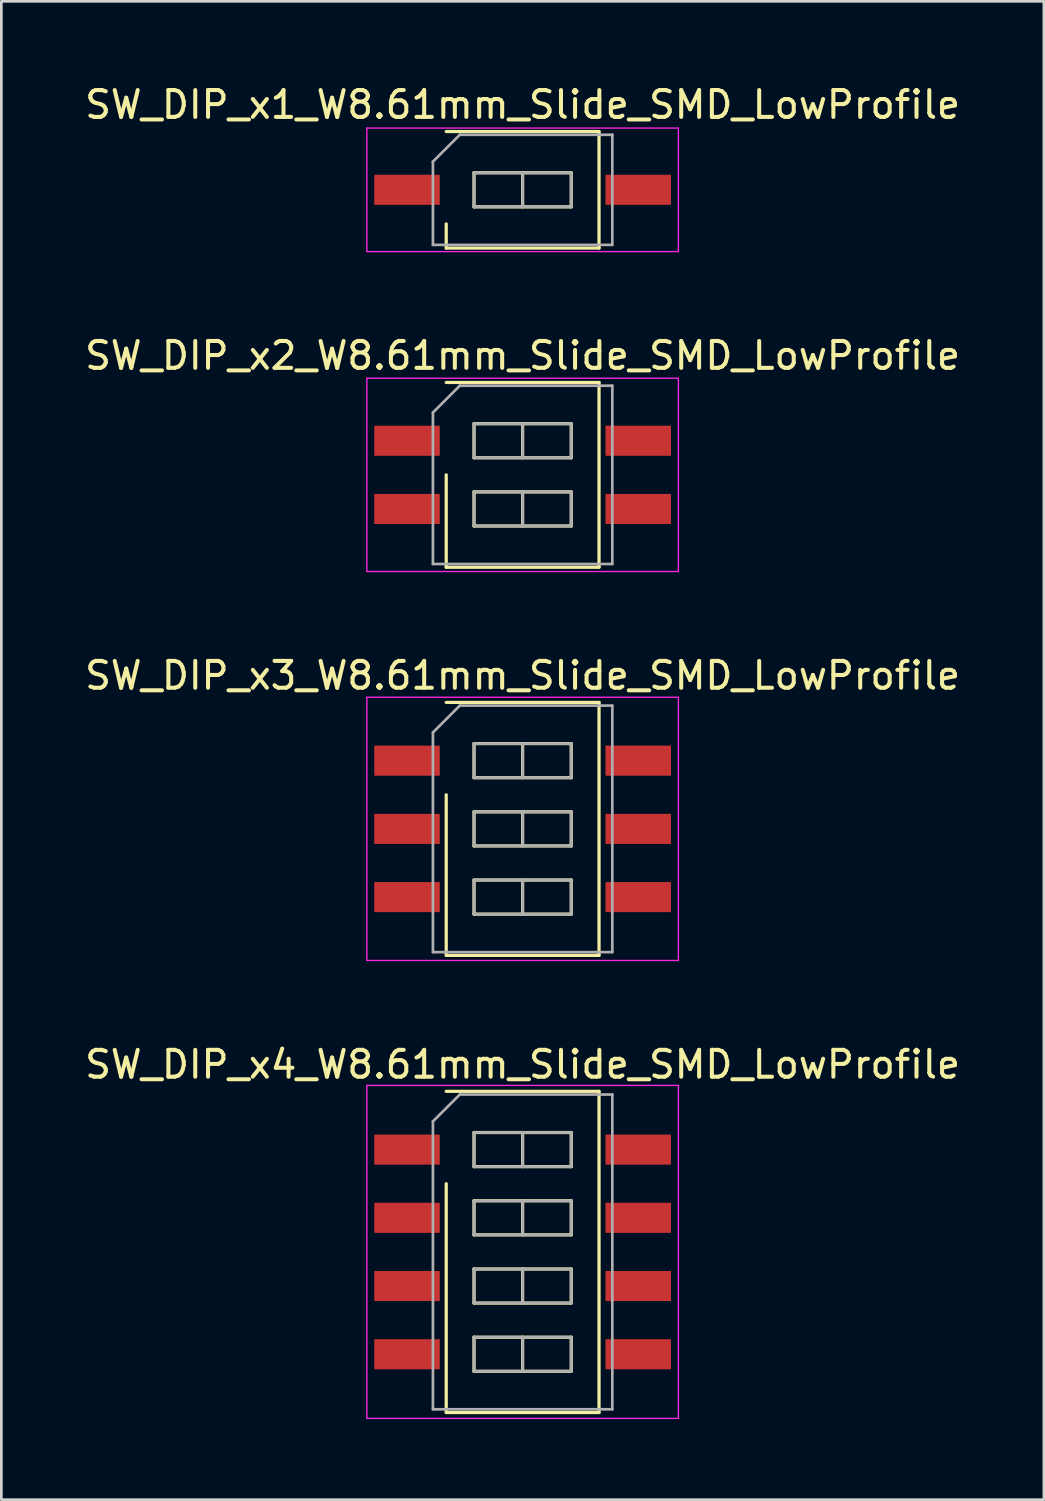
<source format=kicad_pcb>
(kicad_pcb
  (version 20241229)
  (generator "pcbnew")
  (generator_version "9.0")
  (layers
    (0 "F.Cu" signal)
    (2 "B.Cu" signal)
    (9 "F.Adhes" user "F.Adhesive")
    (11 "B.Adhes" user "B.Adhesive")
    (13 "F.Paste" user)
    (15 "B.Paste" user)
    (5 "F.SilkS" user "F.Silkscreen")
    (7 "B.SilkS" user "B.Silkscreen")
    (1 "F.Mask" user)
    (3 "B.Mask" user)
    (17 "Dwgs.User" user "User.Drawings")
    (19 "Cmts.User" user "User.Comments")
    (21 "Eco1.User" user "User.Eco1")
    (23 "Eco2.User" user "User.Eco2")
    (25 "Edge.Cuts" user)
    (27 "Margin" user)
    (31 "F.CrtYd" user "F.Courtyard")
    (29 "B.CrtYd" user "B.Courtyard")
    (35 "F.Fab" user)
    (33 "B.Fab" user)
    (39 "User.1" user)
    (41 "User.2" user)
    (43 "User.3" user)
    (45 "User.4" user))
  (footprint "SW_DIP_x4_W8.61mm_Slide_SMD_LowProfile"
    (layer "F.Cu")
    (at 16.411 43.568)
    (property "Reference" "SW_DIP_x4_W8.61mm_Slide_SMD_LowProfile" (at 0 -6.98 0) (layer "F.SilkS") (effects (font (size 1 1) (thickness 0.15))))
    (attr smd)
    (fp_line (start -2.845 -5.98) (end 2.845 -5.98) (stroke (width 0.12) (type solid)) (layer "F.SilkS"))
    (fp_line (start -2.845 5.98) (end -2.845 -2.54) (stroke (width 0.12) (type solid)) (layer "F.SilkS"))
    (fp_line (start -1.81 -4.445) (end -1.81 -3.175) (stroke (width 0.12) (type solid)) (layer "F.SilkS"))
    (fp_line (start -1.81 -3.175) (end 1.81 -3.175) (stroke (width 0.12) (type solid)) (layer "F.SilkS"))
    (fp_line (start -1.81 -1.905) (end -1.81 -0.635) (stroke (width 0.12) (type solid)) (layer "F.SilkS"))
    (fp_line (start -1.81 -0.635) (end 1.81 -0.635) (stroke (width 0.12) (type solid)) (layer "F.SilkS"))
    (fp_line (start -1.81 0.635) (end -1.81 1.905) (stroke (width 0.12) (type solid)) (layer "F.SilkS"))
    (fp_line (start -1.81 1.905) (end 1.81 1.905) (stroke (width 0.12) (type solid)) (layer "F.SilkS"))
    (fp_line (start -1.81 3.175) (end -1.81 4.445) (stroke (width 0.12) (type solid)) (layer "F.SilkS"))
    (fp_line (start -1.81 4.445) (end 1.81 4.445) (stroke (width 0.12) (type solid)) (layer "F.SilkS"))
    (fp_line (start 0 -4.445) (end 0 -3.175) (stroke (width 0.12) (type solid)) (layer "F.SilkS"))
    (fp_line (start 0 -1.905) (end 0 -0.635) (stroke (width 0.12) (type solid)) (layer "F.SilkS"))
    (fp_line (start 0 0.635) (end 0 1.905) (stroke (width 0.12) (type solid)) (layer "F.SilkS"))
    (fp_line (start 0 3.175) (end 0 4.445) (stroke (width 0.12) (type solid)) (layer "F.SilkS"))
    (fp_line (start 1.81 -4.445) (end -1.81 -4.445) (stroke (width 0.12) (type solid)) (layer "F.SilkS"))
    (fp_line (start 1.81 -3.175) (end 1.81 -4.445) (stroke (width 0.12) (type solid)) (layer "F.SilkS"))
    (fp_line (start 1.81 -1.905) (end -1.81 -1.905) (stroke (width 0.12) (type solid)) (layer "F.SilkS"))
    (fp_line (start 1.81 -0.635) (end 1.81 -1.905) (stroke (width 0.12) (type solid)) (layer "F.SilkS"))
    (fp_line (start 1.81 0.635) (end -1.81 0.635) (stroke (width 0.12) (type solid)) (layer "F.SilkS"))
    (fp_line (start 1.81 1.905) (end 1.81 0.635) (stroke (width 0.12) (type solid)) (layer "F.SilkS"))
    (fp_line (start 1.81 3.175) (end -1.81 3.175) (stroke (width 0.12) (type solid)) (layer "F.SilkS"))
    (fp_line (start 1.81 4.445) (end 1.81 3.175) (stroke (width 0.12) (type solid)) (layer "F.SilkS"))
    (fp_line (start 2.845 -5.98) (end 2.845 5.98) (stroke (width 0.12) (type solid)) (layer "F.SilkS"))
    (fp_line (start 2.845 5.98) (end -2.845 5.98) (stroke (width 0.12) (type solid)) (layer "F.SilkS"))
    (fp_line (start -5.8 -6.2) (end -5.8 6.2) (stroke (width 0.05) (type solid)) (layer "F.CrtYd"))
    (fp_line (start -5.8 6.2) (end 5.8 6.2) (stroke (width 0.05) (type solid)) (layer "F.CrtYd"))
    (fp_line (start 5.8 -6.2) (end -5.8 -6.2) (stroke (width 0.05) (type solid)) (layer "F.CrtYd"))
    (fp_line (start 5.8 6.2) (end 5.8 -6.2) (stroke (width 0.05) (type solid)) (layer "F.CrtYd"))
    (fp_line (start -3.34 -4.86) (end -2.34 -5.86) (stroke (width 0.1) (type solid)) (layer "F.Fab"))
    (fp_line (start -3.34 5.86) (end -3.34 -4.86) (stroke (width 0.1) (type solid)) (layer "F.Fab"))
    (fp_line (start -2.34 -5.86) (end 3.34 -5.86) (stroke (width 0.1) (type solid)) (layer "F.Fab"))
    (fp_line (start -1.81 -4.445) (end -1.81 -3.175) (stroke (width 0.1) (type solid)) (layer "F.Fab"))
    (fp_line (start -1.81 -3.175) (end 1.81 -3.175) (stroke (width 0.1) (type solid)) (layer "F.Fab"))
    (fp_line (start -1.81 -1.905) (end -1.81 -0.635) (stroke (width 0.1) (type solid)) (layer "F.Fab"))
    (fp_line (start -1.81 -0.635) (end 1.81 -0.635) (stroke (width 0.1) (type solid)) (layer "F.Fab"))
    (fp_line (start -1.81 0.635) (end -1.81 1.905) (stroke (width 0.1) (type solid)) (layer "F.Fab"))
    (fp_line (start -1.81 1.905) (end 1.81 1.905) (stroke (width 0.1) (type solid)) (layer "F.Fab"))
    (fp_line (start -1.81 3.175) (end -1.81 4.445) (stroke (width 0.1) (type solid)) (layer "F.Fab"))
    (fp_line (start -1.81 4.445) (end 1.81 4.445) (stroke (width 0.1) (type solid)) (layer "F.Fab"))
    (fp_line (start 0 -4.445) (end 0 -3.175) (stroke (width 0.1) (type solid)) (layer "F.Fab"))
    (fp_line (start 0 -1.905) (end 0 -0.635) (stroke (width 0.1) (type solid)) (layer "F.Fab"))
    (fp_line (start 0 0.635) (end 0 1.905) (stroke (width 0.1) (type solid)) (layer "F.Fab"))
    (fp_line (start 0 3.175) (end 0 4.445) (stroke (width 0.1) (type solid)) (layer "F.Fab"))
    (fp_line (start 1.81 -4.445) (end -1.81 -4.445) (stroke (width 0.1) (type solid)) (layer "F.Fab"))
    (fp_line (start 1.81 -3.175) (end 1.81 -4.445) (stroke (width 0.1) (type solid)) (layer "F.Fab"))
    (fp_line (start 1.81 -1.905) (end -1.81 -1.905) (stroke (width 0.1) (type solid)) (layer "F.Fab"))
    (fp_line (start 1.81 -0.635) (end 1.81 -1.905) (stroke (width 0.1) (type solid)) (layer "F.Fab"))
    (fp_line (start 1.81 0.635) (end -1.81 0.635) (stroke (width 0.1) (type solid)) (layer "F.Fab"))
    (fp_line (start 1.81 1.905) (end 1.81 0.635) (stroke (width 0.1) (type solid)) (layer "F.Fab"))
    (fp_line (start 1.81 3.175) (end -1.81 3.175) (stroke (width 0.1) (type solid)) (layer "F.Fab"))
    (fp_line (start 1.81 4.445) (end 1.81 3.175) (stroke (width 0.1) (type solid)) (layer "F.Fab"))
    (fp_line (start 3.34 -5.86) (end 3.34 5.86) (stroke (width 0.1) (type solid)) (layer "F.Fab"))
    (fp_line (start 3.34 5.86) (end -3.34 5.86) (stroke (width 0.1) (type solid)) (layer "F.Fab"))
    (pad "1" smd rect (at -4.305 -3.81) (size 2.44 1.12) (layers "F.Cu" "F.Mask"))
    (pad "2" smd rect (at -4.305 -1.27) (size 2.44 1.12) (layers "F.Cu" "F.Mask"))
    (pad "3" smd rect (at -4.305 1.27) (size 2.44 1.12) (layers "F.Cu" "F.Mask"))
    (pad "4" smd rect (at -4.305 3.81) (size 2.44 1.12) (layers "F.Cu" "F.Mask"))
    (pad "5" smd rect (at 4.305 3.81) (size 2.44 1.12) (layers "F.Cu" "F.Mask"))
    (pad "6" smd rect (at 4.305 1.27) (size 2.44 1.12) (layers "F.Cu" "F.Mask"))
    (pad "7" smd rect (at 4.305 -1.27) (size 2.44 1.12) (layers "F.Cu" "F.Mask"))
    (pad "8" smd rect (at 4.305 -3.81) (size 2.44 1.12) (layers "F.Cu" "F.Mask")))
  (footprint "SW_DIP_x3_W8.61mm_Slide_SMD_LowProfile"
    (layer "F.Cu")
    (at 16.411 27.815)
    (property "Reference" "SW_DIP_x3_W8.61mm_Slide_SMD_LowProfile" (at 0 -5.71 0) (layer "F.SilkS") (effects (font (size 1 1) (thickness 0.15))))
    (attr smd)
    (fp_line (start -2.845 -4.71) (end 2.845 -4.71) (stroke (width 0.12) (type solid)) (layer "F.SilkS"))
    (fp_line (start -2.845 4.71) (end -2.845 -1.27) (stroke (width 0.12) (type solid)) (layer "F.SilkS"))
    (fp_line (start -1.81 -3.175) (end -1.81 -1.905) (stroke (width 0.12) (type solid)) (layer "F.SilkS"))
    (fp_line (start -1.81 -1.905) (end 1.81 -1.905) (stroke (width 0.12) (type solid)) (layer "F.SilkS"))
    (fp_line (start -1.81 -0.635) (end -1.81 0.635) (stroke (width 0.12) (type solid)) (layer "F.SilkS"))
    (fp_line (start -1.81 0.635) (end 1.81 0.635) (stroke (width 0.12) (type solid)) (layer "F.SilkS"))
    (fp_line (start -1.81 1.905) (end -1.81 3.175) (stroke (width 0.12) (type solid)) (layer "F.SilkS"))
    (fp_line (start -1.81 3.175) (end 1.81 3.175) (stroke (width 0.12) (type solid)) (layer "F.SilkS"))
    (fp_line (start 0 -3.175) (end 0 -1.905) (stroke (width 0.12) (type solid)) (layer "F.SilkS"))
    (fp_line (start 0 -0.635) (end 0 0.635) (stroke (width 0.12) (type solid)) (layer "F.SilkS"))
    (fp_line (start 0 1.905) (end 0 3.175) (stroke (width 0.12) (type solid)) (layer "F.SilkS"))
    (fp_line (start 1.81 -3.175) (end -1.81 -3.175) (stroke (width 0.12) (type solid)) (layer "F.SilkS"))
    (fp_line (start 1.81 -1.905) (end 1.81 -3.175) (stroke (width 0.12) (type solid)) (layer "F.SilkS"))
    (fp_line (start 1.81 -0.635) (end -1.81 -0.635) (stroke (width 0.12) (type solid)) (layer "F.SilkS"))
    (fp_line (start 1.81 0.635) (end 1.81 -0.635) (stroke (width 0.12) (type solid)) (layer "F.SilkS"))
    (fp_line (start 1.81 1.905) (end -1.81 1.905) (stroke (width 0.12) (type solid)) (layer "F.SilkS"))
    (fp_line (start 1.81 3.175) (end 1.81 1.905) (stroke (width 0.12) (type solid)) (layer "F.SilkS"))
    (fp_line (start 2.845 -4.71) (end 2.845 4.71) (stroke (width 0.12) (type solid)) (layer "F.SilkS"))
    (fp_line (start 2.845 4.71) (end -2.845 4.71) (stroke (width 0.12) (type solid)) (layer "F.SilkS"))
    (fp_line (start -5.8 -4.9) (end -5.8 4.9) (stroke (width 0.05) (type solid)) (layer "F.CrtYd"))
    (fp_line (start -5.8 4.9) (end 5.8 4.9) (stroke (width 0.05) (type solid)) (layer "F.CrtYd"))
    (fp_line (start 5.8 -4.9) (end -5.8 -4.9) (stroke (width 0.05) (type solid)) (layer "F.CrtYd"))
    (fp_line (start 5.8 4.9) (end 5.8 -4.9) (stroke (width 0.05) (type solid)) (layer "F.CrtYd"))
    (fp_line (start -3.34 -3.59) (end -2.34 -4.59) (stroke (width 0.1) (type solid)) (layer "F.Fab"))
    (fp_line (start -3.34 4.59) (end -3.34 -3.59) (stroke (width 0.1) (type solid)) (layer "F.Fab"))
    (fp_line (start -2.34 -4.59) (end 3.34 -4.59) (stroke (width 0.1) (type solid)) (layer "F.Fab"))
    (fp_line (start -1.81 -3.175) (end -1.81 -1.905) (stroke (width 0.1) (type solid)) (layer "F.Fab"))
    (fp_line (start -1.81 -1.905) (end 1.81 -1.905) (stroke (width 0.1) (type solid)) (layer "F.Fab"))
    (fp_line (start -1.81 -0.635) (end -1.81 0.635) (stroke (width 0.1) (type solid)) (layer "F.Fab"))
    (fp_line (start -1.81 0.635) (end 1.81 0.635) (stroke (width 0.1) (type solid)) (layer "F.Fab"))
    (fp_line (start -1.81 1.905) (end -1.81 3.175) (stroke (width 0.1) (type solid)) (layer "F.Fab"))
    (fp_line (start -1.81 3.175) (end 1.81 3.175) (stroke (width 0.1) (type solid)) (layer "F.Fab"))
    (fp_line (start 0 -3.175) (end 0 -1.905) (stroke (width 0.1) (type solid)) (layer "F.Fab"))
    (fp_line (start 0 -0.635) (end 0 0.635) (stroke (width 0.1) (type solid)) (layer "F.Fab"))
    (fp_line (start 0 1.905) (end 0 3.175) (stroke (width 0.1) (type solid)) (layer "F.Fab"))
    (fp_line (start 1.81 -3.175) (end -1.81 -3.175) (stroke (width 0.1) (type solid)) (layer "F.Fab"))
    (fp_line (start 1.81 -1.905) (end 1.81 -3.175) (stroke (width 0.1) (type solid)) (layer "F.Fab"))
    (fp_line (start 1.81 -0.635) (end -1.81 -0.635) (stroke (width 0.1) (type solid)) (layer "F.Fab"))
    (fp_line (start 1.81 0.635) (end 1.81 -0.635) (stroke (width 0.1) (type solid)) (layer "F.Fab"))
    (fp_line (start 1.81 1.905) (end -1.81 1.905) (stroke (width 0.1) (type solid)) (layer "F.Fab"))
    (fp_line (start 1.81 3.175) (end 1.81 1.905) (stroke (width 0.1) (type solid)) (layer "F.Fab"))
    (fp_line (start 3.34 -4.59) (end 3.34 4.59) (stroke (width 0.1) (type solid)) (layer "F.Fab"))
    (fp_line (start 3.34 4.59) (end -3.34 4.59) (stroke (width 0.1) (type solid)) (layer "F.Fab"))
    (pad "1" smd rect (at -4.305 -2.54) (size 2.44 1.12) (layers "F.Cu" "F.Mask"))
    (pad "2" smd rect (at -4.305 0) (size 2.44 1.12) (layers "F.Cu" "F.Mask"))
    (pad "3" smd rect (at -4.305 2.54) (size 2.44 1.12) (layers "F.Cu" "F.Mask"))
    (pad "4" smd rect (at 4.305 2.54) (size 2.44 1.12) (layers "F.Cu" "F.Mask"))
    (pad "5" smd rect (at 4.305 0) (size 2.44 1.12) (layers "F.Cu" "F.Mask"))
    (pad "6" smd rect (at 4.305 -2.54) (size 2.44 1.12) (layers "F.Cu" "F.Mask")))
  (footprint "SW_DIP_x1_W8.61mm_Slide_SMD_LowProfile"
    (layer "F.Cu")
    (at 16.411 4.018)
    (property "Reference" "SW_DIP_x1_W8.61mm_Slide_SMD_LowProfile" (at 0 -3.17 0) (layer "F.SilkS") (effects (font (size 1 1) (thickness 0.15))))
    (attr smd)
    (fp_line (start -2.845 -2.17) (end 2.845 -2.17) (stroke (width 0.12) (type solid)) (layer "F.SilkS"))
    (fp_line (start -2.845 2.17) (end -2.845 1.27) (stroke (width 0.12) (type solid)) (layer "F.SilkS"))
    (fp_line (start -1.81 -0.635) (end -1.81 0.635) (stroke (width 0.12) (type solid)) (layer "F.SilkS"))
    (fp_line (start -1.81 0.635) (end 1.81 0.635) (stroke (width 0.12) (type solid)) (layer "F.SilkS"))
    (fp_line (start 0 -0.635) (end 0 0.635) (stroke (width 0.12) (type solid)) (layer "F.SilkS"))
    (fp_line (start 1.81 -0.635) (end -1.81 -0.635) (stroke (width 0.12) (type solid)) (layer "F.SilkS"))
    (fp_line (start 1.81 0.635) (end 1.81 -0.635) (stroke (width 0.12) (type solid)) (layer "F.SilkS"))
    (fp_line (start 2.845 -2.17) (end 2.845 2.17) (stroke (width 0.12) (type solid)) (layer "F.SilkS"))
    (fp_line (start 2.845 2.17) (end -2.845 2.17) (stroke (width 0.12) (type solid)) (layer "F.SilkS"))
    (fp_line (start -5.8 -2.3) (end -5.8 2.3) (stroke (width 0.05) (type solid)) (layer "F.CrtYd"))
    (fp_line (start -5.8 2.3) (end 5.8 2.3) (stroke (width 0.05) (type solid)) (layer "F.CrtYd"))
    (fp_line (start 5.8 -2.3) (end -5.8 -2.3) (stroke (width 0.05) (type solid)) (layer "F.CrtYd"))
    (fp_line (start 5.8 2.3) (end 5.8 -2.3) (stroke (width 0.05) (type solid)) (layer "F.CrtYd"))
    (fp_line (start -3.34 -1.05) (end -2.34 -2.05) (stroke (width 0.1) (type solid)) (layer "F.Fab"))
    (fp_line (start -3.34 2.05) (end -3.34 -1.05) (stroke (width 0.1) (type solid)) (layer "F.Fab"))
    (fp_line (start -2.34 -2.05) (end 3.34 -2.05) (stroke (width 0.1) (type solid)) (layer "F.Fab"))
    (fp_line (start -1.81 -0.635) (end -1.81 0.635) (stroke (width 0.1) (type solid)) (layer "F.Fab"))
    (fp_line (start -1.81 0.635) (end 1.81 0.635) (stroke (width 0.1) (type solid)) (layer "F.Fab"))
    (fp_line (start 0 -0.635) (end 0 0.635) (stroke (width 0.1) (type solid)) (layer "F.Fab"))
    (fp_line (start 1.81 -0.635) (end -1.81 -0.635) (stroke (width 0.1) (type solid)) (layer "F.Fab"))
    (fp_line (start 1.81 0.635) (end 1.81 -0.635) (stroke (width 0.1) (type solid)) (layer "F.Fab"))
    (fp_line (start 3.34 -2.05) (end 3.34 2.05) (stroke (width 0.1) (type solid)) (layer "F.Fab"))
    (fp_line (start 3.34 2.05) (end -3.34 2.05) (stroke (width 0.1) (type solid)) (layer "F.Fab"))
    (pad "1" smd rect (at -4.305 0) (size 2.44 1.12) (layers "F.Cu" "F.Mask"))
    (pad "2" smd rect (at 4.305 0) (size 2.44 1.12) (layers "F.Cu" "F.Mask")))
  (footprint "SW_DIP_x2_W8.61mm_Slide_SMD_LowProfile"
    (layer "F.Cu")
    (at 16.411 14.632)
    (property "Reference" "SW_DIP_x2_W8.61mm_Slide_SMD_LowProfile" (at 0 -4.44 0) (layer "F.SilkS") (effects (font (size 1 1) (thickness 0.15))))
    (attr smd)
    (fp_line (start -2.845 -3.44) (end 2.845 -3.44) (stroke (width 0.12) (type solid)) (layer "F.SilkS"))
    (fp_line (start -2.845 3.44) (end -2.845 0) (stroke (width 0.12) (type solid)) (layer "F.SilkS"))
    (fp_line (start -1.81 -1.905) (end -1.81 -0.635) (stroke (width 0.12) (type solid)) (layer "F.SilkS"))
    (fp_line (start -1.81 -0.635) (end 1.81 -0.635) (stroke (width 0.12) (type solid)) (layer "F.SilkS"))
    (fp_line (start -1.81 0.635) (end -1.81 1.905) (stroke (width 0.12) (type solid)) (layer "F.SilkS"))
    (fp_line (start -1.81 1.905) (end 1.81 1.905) (stroke (width 0.12) (type solid)) (layer "F.SilkS"))
    (fp_line (start 0 -1.905) (end 0 -0.635) (stroke (width 0.12) (type solid)) (layer "F.SilkS"))
    (fp_line (start 0 0.635) (end 0 1.905) (stroke (width 0.12) (type solid)) (layer "F.SilkS"))
    (fp_line (start 1.81 -1.905) (end -1.81 -1.905) (stroke (width 0.12) (type solid)) (layer "F.SilkS"))
    (fp_line (start 1.81 -0.635) (end 1.81 -1.905) (stroke (width 0.12) (type solid)) (layer "F.SilkS"))
    (fp_line (start 1.81 0.635) (end -1.81 0.635) (stroke (width 0.12) (type solid)) (layer "F.SilkS"))
    (fp_line (start 1.81 1.905) (end 1.81 0.635) (stroke (width 0.12) (type solid)) (layer "F.SilkS"))
    (fp_line (start 2.845 -3.44) (end 2.845 3.44) (stroke (width 0.12) (type solid)) (layer "F.SilkS"))
    (fp_line (start 2.845 3.44) (end -2.845 3.44) (stroke (width 0.12) (type solid)) (layer "F.SilkS"))
    (fp_line (start -5.8 -3.6) (end -5.8 3.6) (stroke (width 0.05) (type solid)) (layer "F.CrtYd"))
    (fp_line (start -5.8 3.6) (end 5.8 3.6) (stroke (width 0.05) (type solid)) (layer "F.CrtYd"))
    (fp_line (start 5.8 -3.6) (end -5.8 -3.6) (stroke (width 0.05) (type solid)) (layer "F.CrtYd"))
    (fp_line (start 5.8 3.6) (end 5.8 -3.6) (stroke (width 0.05) (type solid)) (layer "F.CrtYd"))
    (fp_line (start -3.34 -2.32) (end -2.34 -3.32) (stroke (width 0.1) (type solid)) (layer "F.Fab"))
    (fp_line (start -3.34 3.32) (end -3.34 -2.32) (stroke (width 0.1) (type solid)) (layer "F.Fab"))
    (fp_line (start -2.34 -3.32) (end 3.34 -3.32) (stroke (width 0.1) (type solid)) (layer "F.Fab"))
    (fp_line (start -1.81 -1.905) (end -1.81 -0.635) (stroke (width 0.1) (type solid)) (layer "F.Fab"))
    (fp_line (start -1.81 -0.635) (end 1.81 -0.635) (stroke (width 0.1) (type solid)) (layer "F.Fab"))
    (fp_line (start -1.81 0.635) (end -1.81 1.905) (stroke (width 0.1) (type solid)) (layer "F.Fab"))
    (fp_line (start -1.81 1.905) (end 1.81 1.905) (stroke (width 0.1) (type solid)) (layer "F.Fab"))
    (fp_line (start 0 -1.905) (end 0 -0.635) (stroke (width 0.1) (type solid)) (layer "F.Fab"))
    (fp_line (start 0 0.635) (end 0 1.905) (stroke (width 0.1) (type solid)) (layer "F.Fab"))
    (fp_line (start 1.81 -1.905) (end -1.81 -1.905) (stroke (width 0.1) (type solid)) (layer "F.Fab"))
    (fp_line (start 1.81 -0.635) (end 1.81 -1.905) (stroke (width 0.1) (type solid)) (layer "F.Fab"))
    (fp_line (start 1.81 0.635) (end -1.81 0.635) (stroke (width 0.1) (type solid)) (layer "F.Fab"))
    (fp_line (start 1.81 1.905) (end 1.81 0.635) (stroke (width 0.1) (type solid)) (layer "F.Fab"))
    (fp_line (start 3.34 -3.32) (end 3.34 3.32) (stroke (width 0.1) (type solid)) (layer "F.Fab"))
    (fp_line (start 3.34 3.32) (end -3.34 3.32) (stroke (width 0.1) (type solid)) (layer "F.Fab"))
    (pad "1" smd rect (at -4.305 -1.27) (size 2.44 1.12) (layers "F.Cu" "F.Mask"))
    (pad "2" smd rect (at -4.305 1.27) (size 2.44 1.12) (layers "F.Cu" "F.Mask"))
    (pad "3" smd rect (at 4.305 1.27) (size 2.44 1.12) (layers "F.Cu" "F.Mask"))
    (pad "4" smd rect (at 4.305 -1.27) (size 2.44 1.12) (layers "F.Cu" "F.Mask")))
  (gr_rect
    (start -3 -3)
    (end 35.821 52.793)
    (stroke (width 0.1) (type default))
    (fill no)
    (layer "Edge.Cuts")))
</source>
